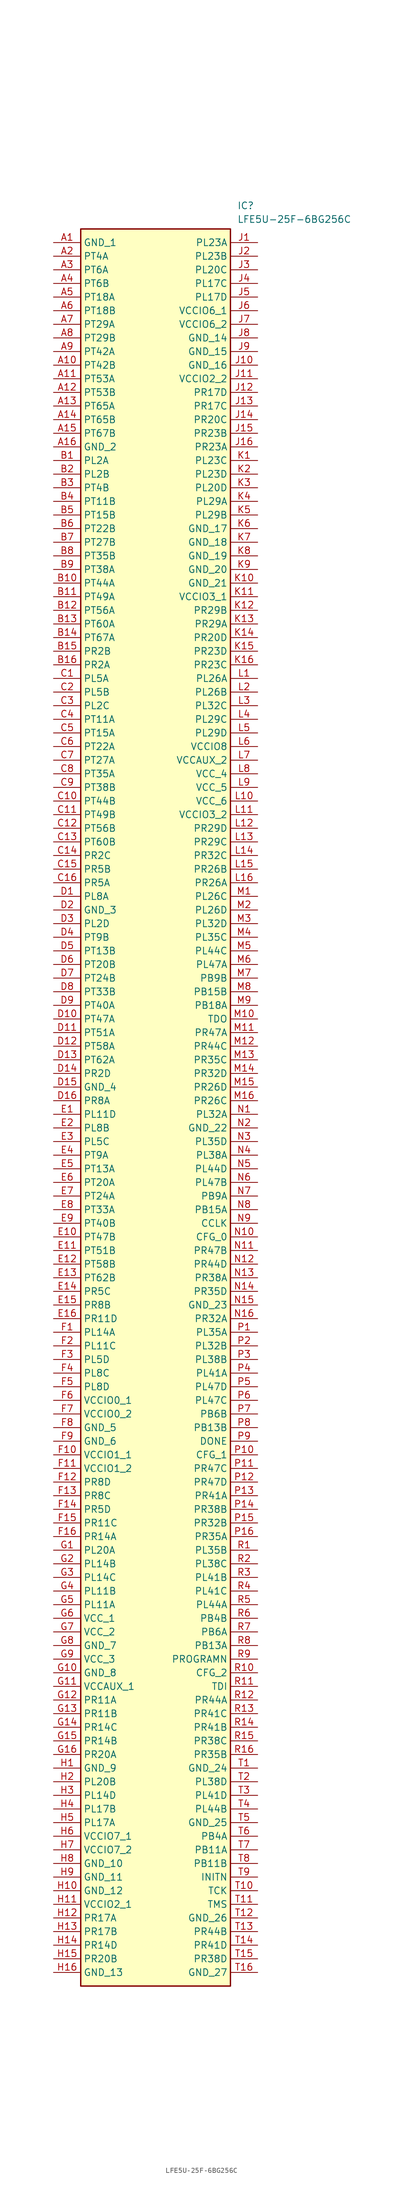
<source format=kicad_sym>
(kicad_symbol_lib
  (version 20211014)
  (generator SamacSys_ECAD_Model)
  (symbol "LFE5U-25F-6BG256C"
    (property "Reference" "IC"
      (at 34.29 7.62 0)
      (effects (font (size 1.27 1.27)) (justify left top)))
    (property "Value" "LFE5U-25F-6BG256C"
      (at 34.29 5.08 0)
      (effects (font (size 1.27 1.27)) (justify left top)))
    (rectangle
      (start 5.08 2.54)
      (end 33.02 -325.12)
      (stroke (width 0.254) (type default))
      (fill (type background)))
    (pin passive line
      (at 0 0 0)
      (length 5.08)
      (name "GND_1" (effects (font (size 1.27 1.27))))
      (number "A1" (effects (font (size 1.27 1.27)))))
    (pin passive line
      (at 0 -2.54 0)
      (length 5.08)
      (name "PT4A" (effects (font (size 1.27 1.27))))
      (number "A2" (effects (font (size 1.27 1.27)))))
    (pin passive line
      (at 0 -5.08 0)
      (length 5.08)
      (name "PT6A" (effects (font (size 1.27 1.27))))
      (number "A3" (effects (font (size 1.27 1.27)))))
    (pin passive line
      (at 0 -7.62 0)
      (length 5.08)
      (name "PT6B" (effects (font (size 1.27 1.27))))
      (number "A4" (effects (font (size 1.27 1.27)))))
    (pin passive line
      (at 0 -10.16 0)
      (length 5.08)
      (name "PT18A" (effects (font (size 1.27 1.27))))
      (number "A5" (effects (font (size 1.27 1.27)))))
    (pin passive line
      (at 0 -12.7 0)
      (length 5.08)
      (name "PT18B" (effects (font (size 1.27 1.27))))
      (number "A6" (effects (font (size 1.27 1.27)))))
    (pin passive line
      (at 0 -15.24 0)
      (length 5.08)
      (name "PT29A" (effects (font (size 1.27 1.27))))
      (number "A7" (effects (font (size 1.27 1.27)))))
    (pin passive line
      (at 0 -17.78 0)
      (length 5.08)
      (name "PT29B" (effects (font (size 1.27 1.27))))
      (number "A8" (effects (font (size 1.27 1.27)))))
    (pin passive line
      (at 0 -20.32 0)
      (length 5.08)
      (name "PT42A" (effects (font (size 1.27 1.27))))
      (number "A9" (effects (font (size 1.27 1.27)))))
    (pin passive line
      (at 0 -22.86 0)
      (length 5.08)
      (name "PT42B" (effects (font (size 1.27 1.27))))
      (number "A10" (effects (font (size 1.27 1.27)))))
    (pin passive line
      (at 0 -25.4 0)
      (length 5.08)
      (name "PT53A" (effects (font (size 1.27 1.27))))
      (number "A11" (effects (font (size 1.27 1.27)))))
    (pin passive line
      (at 0 -27.94 0)
      (length 5.08)
      (name "PT53B" (effects (font (size 1.27 1.27))))
      (number "A12" (effects (font (size 1.27 1.27)))))
    (pin passive line
      (at 0 -30.48 0)
      (length 5.08)
      (name "PT65A" (effects (font (size 1.27 1.27))))
      (number "A13" (effects (font (size 1.27 1.27)))))
    (pin passive line
      (at 0 -33.02 0)
      (length 5.08)
      (name "PT65B" (effects (font (size 1.27 1.27))))
      (number "A14" (effects (font (size 1.27 1.27)))))
    (pin passive line
      (at 0 -35.56 0)
      (length 5.08)
      (name "PT67B" (effects (font (size 1.27 1.27))))
      (number "A15" (effects (font (size 1.27 1.27)))))
    (pin passive line
      (at 0 -38.1 0)
      (length 5.08)
      (name "GND_2" (effects (font (size 1.27 1.27))))
      (number "A16" (effects (font (size 1.27 1.27)))))
    (pin passive line
      (at 0 -40.64 0)
      (length 5.08)
      (name "PL2A" (effects (font (size 1.27 1.27))))
      (number "B1" (effects (font (size 1.27 1.27)))))
    (pin passive line
      (at 0 -43.18 0)
      (length 5.08)
      (name "PL2B" (effects (font (size 1.27 1.27))))
      (number "B2" (effects (font (size 1.27 1.27)))))
    (pin passive line
      (at 0 -45.72 0)
      (length 5.08)
      (name "PT4B" (effects (font (size 1.27 1.27))))
      (number "B3" (effects (font (size 1.27 1.27)))))
    (pin passive line
      (at 0 -48.26 0)
      (length 5.08)
      (name "PT11B" (effects (font (size 1.27 1.27))))
      (number "B4" (effects (font (size 1.27 1.27)))))
    (pin passive line
      (at 0 -50.8 0)
      (length 5.08)
      (name "PT15B" (effects (font (size 1.27 1.27))))
      (number "B5" (effects (font (size 1.27 1.27)))))
    (pin passive line
      (at 0 -53.34 0)
      (length 5.08)
      (name "PT22B" (effects (font (size 1.27 1.27))))
      (number "B6" (effects (font (size 1.27 1.27)))))
    (pin passive line
      (at 0 -55.88 0)
      (length 5.08)
      (name "PT27B" (effects (font (size 1.27 1.27))))
      (number "B7" (effects (font (size 1.27 1.27)))))
    (pin passive line
      (at 0 -58.42 0)
      (length 5.08)
      (name "PT35B" (effects (font (size 1.27 1.27))))
      (number "B8" (effects (font (size 1.27 1.27)))))
    (pin passive line
      (at 0 -60.96 0)
      (length 5.08)
      (name "PT38A" (effects (font (size 1.27 1.27))))
      (number "B9" (effects (font (size 1.27 1.27)))))
    (pin passive line
      (at 0 -63.5 0)
      (length 5.08)
      (name "PT44A" (effects (font (size 1.27 1.27))))
      (number "B10" (effects (font (size 1.27 1.27)))))
    (pin passive line
      (at 0 -66.04 0)
      (length 5.08)
      (name "PT49A" (effects (font (size 1.27 1.27))))
      (number "B11" (effects (font (size 1.27 1.27)))))
    (pin passive line
      (at 0 -68.58 0)
      (length 5.08)
      (name "PT56A" (effects (font (size 1.27 1.27))))
      (number "B12" (effects (font (size 1.27 1.27)))))
    (pin passive line
      (at 0 -71.12 0)
      (length 5.08)
      (name "PT60A" (effects (font (size 1.27 1.27))))
      (number "B13" (effects (font (size 1.27 1.27)))))
    (pin passive line
      (at 0 -73.66 0)
      (length 5.08)
      (name "PT67A" (effects (font (size 1.27 1.27))))
      (number "B14" (effects (font (size 1.27 1.27)))))
    (pin passive line
      (at 0 -76.2 0)
      (length 5.08)
      (name "PR2B" (effects (font (size 1.27 1.27))))
      (number "B15" (effects (font (size 1.27 1.27)))))
    (pin passive line
      (at 0 -78.74 0)
      (length 5.08)
      (name "PR2A" (effects (font (size 1.27 1.27))))
      (number "B16" (effects (font (size 1.27 1.27)))))
    (pin passive line
      (at 0 -81.28 0)
      (length 5.08)
      (name "PL5A" (effects (font (size 1.27 1.27))))
      (number "C1" (effects (font (size 1.27 1.27)))))
    (pin passive line
      (at 0 -83.82 0)
      (length 5.08)
      (name "PL5B" (effects (font (size 1.27 1.27))))
      (number "C2" (effects (font (size 1.27 1.27)))))
    (pin passive line
      (at 0 -86.36 0)
      (length 5.08)
      (name "PL2C" (effects (font (size 1.27 1.27))))
      (number "C3" (effects (font (size 1.27 1.27)))))
    (pin passive line
      (at 0 -88.9 0)
      (length 5.08)
      (name "PT11A" (effects (font (size 1.27 1.27))))
      (number "C4" (effects (font (size 1.27 1.27)))))
    (pin passive line
      (at 0 -91.44 0)
      (length 5.08)
      (name "PT15A" (effects (font (size 1.27 1.27))))
      (number "C5" (effects (font (size 1.27 1.27)))))
    (pin passive line
      (at 0 -93.98 0)
      (length 5.08)
      (name "PT22A" (effects (font (size 1.27 1.27))))
      (number "C6" (effects (font (size 1.27 1.27)))))
    (pin passive line
      (at 0 -96.52 0)
      (length 5.08)
      (name "PT27A" (effects (font (size 1.27 1.27))))
      (number "C7" (effects (font (size 1.27 1.27)))))
    (pin passive line
      (at 0 -99.06 0)
      (length 5.08)
      (name "PT35A" (effects (font (size 1.27 1.27))))
      (number "C8" (effects (font (size 1.27 1.27)))))
    (pin passive line
      (at 0 -101.6 0)
      (length 5.08)
      (name "PT38B" (effects (font (size 1.27 1.27))))
      (number "C9" (effects (font (size 1.27 1.27)))))
    (pin passive line
      (at 0 -104.14 0)
      (length 5.08)
      (name "PT44B" (effects (font (size 1.27 1.27))))
      (number "C10" (effects (font (size 1.27 1.27)))))
    (pin passive line
      (at 0 -106.68 0)
      (length 5.08)
      (name "PT49B" (effects (font (size 1.27 1.27))))
      (number "C11" (effects (font (size 1.27 1.27)))))
    (pin passive line
      (at 0 -109.22 0)
      (length 5.08)
      (name "PT56B" (effects (font (size 1.27 1.27))))
      (number "C12" (effects (font (size 1.27 1.27)))))
    (pin passive line
      (at 0 -111.76 0)
      (length 5.08)
      (name "PT60B" (effects (font (size 1.27 1.27))))
      (number "C13" (effects (font (size 1.27 1.27)))))
    (pin passive line
      (at 0 -114.3 0)
      (length 5.08)
      (name "PR2C" (effects (font (size 1.27 1.27))))
      (number "C14" (effects (font (size 1.27 1.27)))))
    (pin passive line
      (at 0 -116.84 0)
      (length 5.08)
      (name "PR5B" (effects (font (size 1.27 1.27))))
      (number "C15" (effects (font (size 1.27 1.27)))))
    (pin passive line
      (at 0 -119.38 0)
      (length 5.08)
      (name "PR5A" (effects (font (size 1.27 1.27))))
      (number "C16" (effects (font (size 1.27 1.27)))))
    (pin passive line
      (at 0 -121.92 0)
      (length 5.08)
      (name "PL8A" (effects (font (size 1.27 1.27))))
      (number "D1" (effects (font (size 1.27 1.27)))))
    (pin passive line
      (at 0 -124.46 0)
      (length 5.08)
      (name "GND_3" (effects (font (size 1.27 1.27))))
      (number "D2" (effects (font (size 1.27 1.27)))))
    (pin passive line
      (at 0 -127 0)
      (length 5.08)
      (name "PL2D" (effects (font (size 1.27 1.27))))
      (number "D3" (effects (font (size 1.27 1.27)))))
    (pin passive line
      (at 0 -129.54 0)
      (length 5.08)
      (name "PT9B" (effects (font (size 1.27 1.27))))
      (number "D4" (effects (font (size 1.27 1.27)))))
    (pin passive line
      (at 0 -132.08 0)
      (length 5.08)
      (name "PT13B" (effects (font (size 1.27 1.27))))
      (number "D5" (effects (font (size 1.27 1.27)))))
    (pin passive line
      (at 0 -134.62 0)
      (length 5.08)
      (name "PT20B" (effects (font (size 1.27 1.27))))
      (number "D6" (effects (font (size 1.27 1.27)))))
    (pin passive line
      (at 0 -137.16 0)
      (length 5.08)
      (name "PT24B" (effects (font (size 1.27 1.27))))
      (number "D7" (effects (font (size 1.27 1.27)))))
    (pin passive line
      (at 0 -139.7 0)
      (length 5.08)
      (name "PT33B" (effects (font (size 1.27 1.27))))
      (number "D8" (effects (font (size 1.27 1.27)))))
    (pin passive line
      (at 0 -142.24 0)
      (length 5.08)
      (name "PT40A" (effects (font (size 1.27 1.27))))
      (number "D9" (effects (font (size 1.27 1.27)))))
    (pin passive line
      (at 0 -144.78 0)
      (length 5.08)
      (name "PT47A" (effects (font (size 1.27 1.27))))
      (number "D10" (effects (font (size 1.27 1.27)))))
    (pin passive line
      (at 0 -147.32 0)
      (length 5.08)
      (name "PT51A" (effects (font (size 1.27 1.27))))
      (number "D11" (effects (font (size 1.27 1.27)))))
    (pin passive line
      (at 0 -149.86 0)
      (length 5.08)
      (name "PT58A" (effects (font (size 1.27 1.27))))
      (number "D12" (effects (font (size 1.27 1.27)))))
    (pin passive line
      (at 0 -152.4 0)
      (length 5.08)
      (name "PT62A" (effects (font (size 1.27 1.27))))
      (number "D13" (effects (font (size 1.27 1.27)))))
    (pin passive line
      (at 0 -154.94 0)
      (length 5.08)
      (name "PR2D" (effects (font (size 1.27 1.27))))
      (number "D14" (effects (font (size 1.27 1.27)))))
    (pin passive line
      (at 0 -157.48 0)
      (length 5.08)
      (name "GND_4" (effects (font (size 1.27 1.27))))
      (number "D15" (effects (font (size 1.27 1.27)))))
    (pin passive line
      (at 0 -160.02 0)
      (length 5.08)
      (name "PR8A" (effects (font (size 1.27 1.27))))
      (number "D16" (effects (font (size 1.27 1.27)))))
    (pin passive line
      (at 0 -162.56 0)
      (length 5.08)
      (name "PL11D" (effects (font (size 1.27 1.27))))
      (number "E1" (effects (font (size 1.27 1.27)))))
    (pin passive line
      (at 0 -165.1 0)
      (length 5.08)
      (name "PL8B" (effects (font (size 1.27 1.27))))
      (number "E2" (effects (font (size 1.27 1.27)))))
    (pin passive line
      (at 0 -167.64 0)
      (length 5.08)
      (name "PL5C" (effects (font (size 1.27 1.27))))
      (number "E3" (effects (font (size 1.27 1.27)))))
    (pin passive line
      (at 0 -170.18 0)
      (length 5.08)
      (name "PT9A" (effects (font (size 1.27 1.27))))
      (number "E4" (effects (font (size 1.27 1.27)))))
    (pin passive line
      (at 0 -172.72 0)
      (length 5.08)
      (name "PT13A" (effects (font (size 1.27 1.27))))
      (number "E5" (effects (font (size 1.27 1.27)))))
    (pin passive line
      (at 0 -175.26 0)
      (length 5.08)
      (name "PT20A" (effects (font (size 1.27 1.27))))
      (number "E6" (effects (font (size 1.27 1.27)))))
    (pin passive line
      (at 0 -177.8 0)
      (length 5.08)
      (name "PT24A" (effects (font (size 1.27 1.27))))
      (number "E7" (effects (font (size 1.27 1.27)))))
    (pin passive line
      (at 0 -180.34 0)
      (length 5.08)
      (name "PT33A" (effects (font (size 1.27 1.27))))
      (number "E8" (effects (font (size 1.27 1.27)))))
    (pin passive line
      (at 0 -182.88 0)
      (length 5.08)
      (name "PT40B" (effects (font (size 1.27 1.27))))
      (number "E9" (effects (font (size 1.27 1.27)))))
    (pin passive line
      (at 0 -185.42 0)
      (length 5.08)
      (name "PT47B" (effects (font (size 1.27 1.27))))
      (number "E10" (effects (font (size 1.27 1.27)))))
    (pin passive line
      (at 0 -187.96 0)
      (length 5.08)
      (name "PT51B" (effects (font (size 1.27 1.27))))
      (number "E11" (effects (font (size 1.27 1.27)))))
    (pin passive line
      (at 0 -190.5 0)
      (length 5.08)
      (name "PT58B" (effects (font (size 1.27 1.27))))
      (number "E12" (effects (font (size 1.27 1.27)))))
    (pin passive line
      (at 0 -193.04 0)
      (length 5.08)
      (name "PT62B" (effects (font (size 1.27 1.27))))
      (number "E13" (effects (font (size 1.27 1.27)))))
    (pin passive line
      (at 0 -195.58 0)
      (length 5.08)
      (name "PR5C" (effects (font (size 1.27 1.27))))
      (number "E14" (effects (font (size 1.27 1.27)))))
    (pin passive line
      (at 0 -198.12 0)
      (length 5.08)
      (name "PR8B" (effects (font (size 1.27 1.27))))
      (number "E15" (effects (font (size 1.27 1.27)))))
    (pin passive line
      (at 0 -200.66 0)
      (length 5.08)
      (name "PR11D" (effects (font (size 1.27 1.27))))
      (number "E16" (effects (font (size 1.27 1.27)))))
    (pin passive line
      (at 0 -203.2 0)
      (length 5.08)
      (name "PL14A" (effects (font (size 1.27 1.27))))
      (number "F1" (effects (font (size 1.27 1.27)))))
    (pin passive line
      (at 0 -205.74 0)
      (length 5.08)
      (name "PL11C" (effects (font (size 1.27 1.27))))
      (number "F2" (effects (font (size 1.27 1.27)))))
    (pin passive line
      (at 0 -208.28 0)
      (length 5.08)
      (name "PL5D" (effects (font (size 1.27 1.27))))
      (number "F3" (effects (font (size 1.27 1.27)))))
    (pin passive line
      (at 0 -210.82 0)
      (length 5.08)
      (name "PL8C" (effects (font (size 1.27 1.27))))
      (number "F4" (effects (font (size 1.27 1.27)))))
    (pin passive line
      (at 0 -213.36 0)
      (length 5.08)
      (name "PL8D" (effects (font (size 1.27 1.27))))
      (number "F5" (effects (font (size 1.27 1.27)))))
    (pin passive line
      (at 0 -215.9 0)
      (length 5.08)
      (name "VCCIO0_1" (effects (font (size 1.27 1.27))))
      (number "F6" (effects (font (size 1.27 1.27)))))
    (pin passive line
      (at 0 -218.44 0)
      (length 5.08)
      (name "VCCIO0_2" (effects (font (size 1.27 1.27))))
      (number "F7" (effects (font (size 1.27 1.27)))))
    (pin passive line
      (at 0 -220.98 0)
      (length 5.08)
      (name "GND_5" (effects (font (size 1.27 1.27))))
      (number "F8" (effects (font (size 1.27 1.27)))))
    (pin passive line
      (at 0 -223.52 0)
      (length 5.08)
      (name "GND_6" (effects (font (size 1.27 1.27))))
      (number "F9" (effects (font (size 1.27 1.27)))))
    (pin passive line
      (at 0 -226.06 0)
      (length 5.08)
      (name "VCCIO1_1" (effects (font (size 1.27 1.27))))
      (number "F10" (effects (font (size 1.27 1.27)))))
    (pin passive line
      (at 0 -228.6 0)
      (length 5.08)
      (name "VCCIO1_2" (effects (font (size 1.27 1.27))))
      (number "F11" (effects (font (size 1.27 1.27)))))
    (pin passive line
      (at 0 -231.14 0)
      (length 5.08)
      (name "PR8D" (effects (font (size 1.27 1.27))))
      (number "F12" (effects (font (size 1.27 1.27)))))
    (pin passive line
      (at 0 -233.68 0)
      (length 5.08)
      (name "PR8C" (effects (font (size 1.27 1.27))))
      (number "F13" (effects (font (size 1.27 1.27)))))
    (pin passive line
      (at 0 -236.22 0)
      (length 5.08)
      (name "PR5D" (effects (font (size 1.27 1.27))))
      (number "F14" (effects (font (size 1.27 1.27)))))
    (pin passive line
      (at 0 -238.76 0)
      (length 5.08)
      (name "PR11C" (effects (font (size 1.27 1.27))))
      (number "F15" (effects (font (size 1.27 1.27)))))
    (pin passive line
      (at 0 -241.3 0)
      (length 5.08)
      (name "PR14A" (effects (font (size 1.27 1.27))))
      (number "F16" (effects (font (size 1.27 1.27)))))
    (pin passive line
      (at 0 -243.84 0)
      (length 5.08)
      (name "PL20A" (effects (font (size 1.27 1.27))))
      (number "G1" (effects (font (size 1.27 1.27)))))
    (pin passive line
      (at 0 -246.38 0)
      (length 5.08)
      (name "PL14B" (effects (font (size 1.27 1.27))))
      (number "G2" (effects (font (size 1.27 1.27)))))
    (pin passive line
      (at 0 -248.92 0)
      (length 5.08)
      (name "PL14C" (effects (font (size 1.27 1.27))))
      (number "G3" (effects (font (size 1.27 1.27)))))
    (pin passive line
      (at 0 -251.46 0)
      (length 5.08)
      (name "PL11B" (effects (font (size 1.27 1.27))))
      (number "G4" (effects (font (size 1.27 1.27)))))
    (pin passive line
      (at 0 -254 0)
      (length 5.08)
      (name "PL11A" (effects (font (size 1.27 1.27))))
      (number "G5" (effects (font (size 1.27 1.27)))))
    (pin passive line
      (at 0 -256.54 0)
      (length 5.08)
      (name "VCC_1" (effects (font (size 1.27 1.27))))
      (number "G6" (effects (font (size 1.27 1.27)))))
    (pin passive line
      (at 0 -259.08 0)
      (length 5.08)
      (name "VCC_2" (effects (font (size 1.27 1.27))))
      (number "G7" (effects (font (size 1.27 1.27)))))
    (pin passive line
      (at 0 -261.62 0)
      (length 5.08)
      (name "GND_7" (effects (font (size 1.27 1.27))))
      (number "G8" (effects (font (size 1.27 1.27)))))
    (pin passive line
      (at 0 -264.16 0)
      (length 5.08)
      (name "VCC_3" (effects (font (size 1.27 1.27))))
      (number "G9" (effects (font (size 1.27 1.27)))))
    (pin passive line
      (at 0 -266.7 0)
      (length 5.08)
      (name "GND_8" (effects (font (size 1.27 1.27))))
      (number "G10" (effects (font (size 1.27 1.27)))))
    (pin passive line
      (at 0 -269.24 0)
      (length 5.08)
      (name "VCCAUX_1" (effects (font (size 1.27 1.27))))
      (number "G11" (effects (font (size 1.27 1.27)))))
    (pin passive line
      (at 0 -271.78 0)
      (length 5.08)
      (name "PR11A" (effects (font (size 1.27 1.27))))
      (number "G12" (effects (font (size 1.27 1.27)))))
    (pin passive line
      (at 0 -274.32 0)
      (length 5.08)
      (name "PR11B" (effects (font (size 1.27 1.27))))
      (number "G13" (effects (font (size 1.27 1.27)))))
    (pin passive line
      (at 0 -276.86 0)
      (length 5.08)
      (name "PR14C" (effects (font (size 1.27 1.27))))
      (number "G14" (effects (font (size 1.27 1.27)))))
    (pin passive line
      (at 0 -279.4 0)
      (length 5.08)
      (name "PR14B" (effects (font (size 1.27 1.27))))
      (number "G15" (effects (font (size 1.27 1.27)))))
    (pin passive line
      (at 0 -281.94 0)
      (length 5.08)
      (name "PR20A" (effects (font (size 1.27 1.27))))
      (number "G16" (effects (font (size 1.27 1.27)))))
    (pin passive line
      (at 0 -284.48 0)
      (length 5.08)
      (name "GND_9" (effects (font (size 1.27 1.27))))
      (number "H1" (effects (font (size 1.27 1.27)))))
    (pin passive line
      (at 0 -287.02 0)
      (length 5.08)
      (name "PL20B" (effects (font (size 1.27 1.27))))
      (number "H2" (effects (font (size 1.27 1.27)))))
    (pin passive line
      (at 0 -289.56 0)
      (length 5.08)
      (name "PL14D" (effects (font (size 1.27 1.27))))
      (number "H3" (effects (font (size 1.27 1.27)))))
    (pin passive line
      (at 0 -292.1 0)
      (length 5.08)
      (name "PL17B" (effects (font (size 1.27 1.27))))
      (number "H4" (effects (font (size 1.27 1.27)))))
    (pin passive line
      (at 0 -294.64 0)
      (length 5.08)
      (name "PL17A" (effects (font (size 1.27 1.27))))
      (number "H5" (effects (font (size 1.27 1.27)))))
    (pin passive line
      (at 0 -297.18 0)
      (length 5.08)
      (name "VCCIO7_1" (effects (font (size 1.27 1.27))))
      (number "H6" (effects (font (size 1.27 1.27)))))
    (pin passive line
      (at 0 -299.72 0)
      (length 5.08)
      (name "VCCIO7_2" (effects (font (size 1.27 1.27))))
      (number "H7" (effects (font (size 1.27 1.27)))))
    (pin passive line
      (at 0 -302.26 0)
      (length 5.08)
      (name "GND_10" (effects (font (size 1.27 1.27))))
      (number "H8" (effects (font (size 1.27 1.27)))))
    (pin passive line
      (at 0 -304.8 0)
      (length 5.08)
      (name "GND_11" (effects (font (size 1.27 1.27))))
      (number "H9" (effects (font (size 1.27 1.27)))))
    (pin passive line
      (at 0 -307.34 0)
      (length 5.08)
      (name "GND_12" (effects (font (size 1.27 1.27))))
      (number "H10" (effects (font (size 1.27 1.27)))))
    (pin passive line
      (at 0 -309.88 0)
      (length 5.08)
      (name "VCCIO2_1" (effects (font (size 1.27 1.27))))
      (number "H11" (effects (font (size 1.27 1.27)))))
    (pin passive line
      (at 0 -312.42 0)
      (length 5.08)
      (name "PR17A" (effects (font (size 1.27 1.27))))
      (number "H12" (effects (font (size 1.27 1.27)))))
    (pin passive line
      (at 0 -314.96 0)
      (length 5.08)
      (name "PR17B" (effects (font (size 1.27 1.27))))
      (number "H13" (effects (font (size 1.27 1.27)))))
    (pin passive line
      (at 0 -317.5 0)
      (length 5.08)
      (name "PR14D" (effects (font (size 1.27 1.27))))
      (number "H14" (effects (font (size 1.27 1.27)))))
    (pin passive line
      (at 0 -320.04 0)
      (length 5.08)
      (name "PR20B" (effects (font (size 1.27 1.27))))
      (number "H15" (effects (font (size 1.27 1.27)))))
    (pin passive line
      (at 0 -322.58 0)
      (length 5.08)
      (name "GND_13" (effects (font (size 1.27 1.27))))
      (number "H16" (effects (font (size 1.27 1.27)))))
    (pin passive line
      (at 38.1 0 180)
      (length 5.08)
      (name "PL23A" (effects (font (size 1.27 1.27))))
      (number "J1" (effects (font (size 1.27 1.27)))))
    (pin passive line
      (at 38.1 -2.54 180)
      (length 5.08)
      (name "PL23B" (effects (font (size 1.27 1.27))))
      (number "J2" (effects (font (size 1.27 1.27)))))
    (pin passive line
      (at 38.1 -5.08 180)
      (length 5.08)
      (name "PL20C" (effects (font (size 1.27 1.27))))
      (number "J3" (effects (font (size 1.27 1.27)))))
    (pin passive line
      (at 38.1 -7.62 180)
      (length 5.08)
      (name "PL17C" (effects (font (size 1.27 1.27))))
      (number "J4" (effects (font (size 1.27 1.27)))))
    (pin passive line
      (at 38.1 -10.16 180)
      (length 5.08)
      (name "PL17D" (effects (font (size 1.27 1.27))))
      (number "J5" (effects (font (size 1.27 1.27)))))
    (pin passive line
      (at 38.1 -12.7 180)
      (length 5.08)
      (name "VCCIO6_1" (effects (font (size 1.27 1.27))))
      (number "J6" (effects (font (size 1.27 1.27)))))
    (pin passive line
      (at 38.1 -15.24 180)
      (length 5.08)
      (name "VCCIO6_2" (effects (font (size 1.27 1.27))))
      (number "J7" (effects (font (size 1.27 1.27)))))
    (pin passive line
      (at 38.1 -17.78 180)
      (length 5.08)
      (name "GND_14" (effects (font (size 1.27 1.27))))
      (number "J8" (effects (font (size 1.27 1.27)))))
    (pin passive line
      (at 38.1 -20.32 180)
      (length 5.08)
      (name "GND_15" (effects (font (size 1.27 1.27))))
      (number "J9" (effects (font (size 1.27 1.27)))))
    (pin passive line
      (at 38.1 -22.86 180)
      (length 5.08)
      (name "GND_16" (effects (font (size 1.27 1.27))))
      (number "J10" (effects (font (size 1.27 1.27)))))
    (pin passive line
      (at 38.1 -25.4 180)
      (length 5.08)
      (name "VCCIO2_2" (effects (font (size 1.27 1.27))))
      (number "J11" (effects (font (size 1.27 1.27)))))
    (pin passive line
      (at 38.1 -27.94 180)
      (length 5.08)
      (name "PR17D" (effects (font (size 1.27 1.27))))
      (number "J12" (effects (font (size 1.27 1.27)))))
    (pin passive line
      (at 38.1 -30.48 180)
      (length 5.08)
      (name "PR17C" (effects (font (size 1.27 1.27))))
      (number "J13" (effects (font (size 1.27 1.27)))))
    (pin passive line
      (at 38.1 -33.02 180)
      (length 5.08)
      (name "PR20C" (effects (font (size 1.27 1.27))))
      (number "J14" (effects (font (size 1.27 1.27)))))
    (pin passive line
      (at 38.1 -35.56 180)
      (length 5.08)
      (name "PR23B" (effects (font (size 1.27 1.27))))
      (number "J15" (effects (font (size 1.27 1.27)))))
    (pin passive line
      (at 38.1 -38.1 180)
      (length 5.08)
      (name "PR23A" (effects (font (size 1.27 1.27))))
      (number "J16" (effects (font (size 1.27 1.27)))))
    (pin passive line
      (at 38.1 -40.64 180)
      (length 5.08)
      (name "PL23C" (effects (font (size 1.27 1.27))))
      (number "K1" (effects (font (size 1.27 1.27)))))
    (pin passive line
      (at 38.1 -43.18 180)
      (length 5.08)
      (name "PL23D" (effects (font (size 1.27 1.27))))
      (number "K2" (effects (font (size 1.27 1.27)))))
    (pin passive line
      (at 38.1 -45.72 180)
      (length 5.08)
      (name "PL20D" (effects (font (size 1.27 1.27))))
      (number "K3" (effects (font (size 1.27 1.27)))))
    (pin passive line
      (at 38.1 -48.26 180)
      (length 5.08)
      (name "PL29A" (effects (font (size 1.27 1.27))))
      (number "K4" (effects (font (size 1.27 1.27)))))
    (pin passive line
      (at 38.1 -50.8 180)
      (length 5.08)
      (name "PL29B" (effects (font (size 1.27 1.27))))
      (number "K5" (effects (font (size 1.27 1.27)))))
    (pin passive line
      (at 38.1 -53.34 180)
      (length 5.08)
      (name "GND_17" (effects (font (size 1.27 1.27))))
      (number "K6" (effects (font (size 1.27 1.27)))))
    (pin passive line
      (at 38.1 -55.88 180)
      (length 5.08)
      (name "GND_18" (effects (font (size 1.27 1.27))))
      (number "K7" (effects (font (size 1.27 1.27)))))
    (pin passive line
      (at 38.1 -58.42 180)
      (length 5.08)
      (name "GND_19" (effects (font (size 1.27 1.27))))
      (number "K8" (effects (font (size 1.27 1.27)))))
    (pin passive line
      (at 38.1 -60.96 180)
      (length 5.08)
      (name "GND_20" (effects (font (size 1.27 1.27))))
      (number "K9" (effects (font (size 1.27 1.27)))))
    (pin passive line
      (at 38.1 -63.5 180)
      (length 5.08)
      (name "GND_21" (effects (font (size 1.27 1.27))))
      (number "K10" (effects (font (size 1.27 1.27)))))
    (pin passive line
      (at 38.1 -66.04 180)
      (length 5.08)
      (name "VCCIO3_1" (effects (font (size 1.27 1.27))))
      (number "K11" (effects (font (size 1.27 1.27)))))
    (pin passive line
      (at 38.1 -68.58 180)
      (length 5.08)
      (name "PR29B" (effects (font (size 1.27 1.27))))
      (number "K12" (effects (font (size 1.27 1.27)))))
    (pin passive line
      (at 38.1 -71.12 180)
      (length 5.08)
      (name "PR29A" (effects (font (size 1.27 1.27))))
      (number "K13" (effects (font (size 1.27 1.27)))))
    (pin passive line
      (at 38.1 -73.66 180)
      (length 5.08)
      (name "PR20D" (effects (font (size 1.27 1.27))))
      (number "K14" (effects (font (size 1.27 1.27)))))
    (pin passive line
      (at 38.1 -76.2 180)
      (length 5.08)
      (name "PR23D" (effects (font (size 1.27 1.27))))
      (number "K15" (effects (font (size 1.27 1.27)))))
    (pin passive line
      (at 38.1 -78.74 180)
      (length 5.08)
      (name "PR23C" (effects (font (size 1.27 1.27))))
      (number "K16" (effects (font (size 1.27 1.27)))))
    (pin passive line
      (at 38.1 -81.28 180)
      (length 5.08)
      (name "PL26A" (effects (font (size 1.27 1.27))))
      (number "L1" (effects (font (size 1.27 1.27)))))
    (pin passive line
      (at 38.1 -83.82 180)
      (length 5.08)
      (name "PL26B" (effects (font (size 1.27 1.27))))
      (number "L2" (effects (font (size 1.27 1.27)))))
    (pin passive line
      (at 38.1 -86.36 180)
      (length 5.08)
      (name "PL32C" (effects (font (size 1.27 1.27))))
      (number "L3" (effects (font (size 1.27 1.27)))))
    (pin passive line
      (at 38.1 -88.9 180)
      (length 5.08)
      (name "PL29C" (effects (font (size 1.27 1.27))))
      (number "L4" (effects (font (size 1.27 1.27)))))
    (pin passive line
      (at 38.1 -91.44 180)
      (length 5.08)
      (name "PL29D" (effects (font (size 1.27 1.27))))
      (number "L5" (effects (font (size 1.27 1.27)))))
    (pin passive line
      (at 38.1 -93.98 180)
      (length 5.08)
      (name "VCCIO8" (effects (font (size 1.27 1.27))))
      (number "L6" (effects (font (size 1.27 1.27)))))
    (pin passive line
      (at 38.1 -96.52 180)
      (length 5.08)
      (name "VCCAUX_2" (effects (font (size 1.27 1.27))))
      (number "L7" (effects (font (size 1.27 1.27)))))
    (pin passive line
      (at 38.1 -99.06 180)
      (length 5.08)
      (name "VCC_4" (effects (font (size 1.27 1.27))))
      (number "L8" (effects (font (size 1.27 1.27)))))
    (pin passive line
      (at 38.1 -101.6 180)
      (length 5.08)
      (name "VCC_5" (effects (font (size 1.27 1.27))))
      (number "L9" (effects (font (size 1.27 1.27)))))
    (pin passive line
      (at 38.1 -104.14 180)
      (length 5.08)
      (name "VCC_6" (effects (font (size 1.27 1.27))))
      (number "L10" (effects (font (size 1.27 1.27)))))
    (pin passive line
      (at 38.1 -106.68 180)
      (length 5.08)
      (name "VCCIO3_2" (effects (font (size 1.27 1.27))))
      (number "L11" (effects (font (size 1.27 1.27)))))
    (pin passive line
      (at 38.1 -109.22 180)
      (length 5.08)
      (name "PR29D" (effects (font (size 1.27 1.27))))
      (number "L12" (effects (font (size 1.27 1.27)))))
    (pin passive line
      (at 38.1 -111.76 180)
      (length 5.08)
      (name "PR29C" (effects (font (size 1.27 1.27))))
      (number "L13" (effects (font (size 1.27 1.27)))))
    (pin passive line
      (at 38.1 -114.3 180)
      (length 5.08)
      (name "PR32C" (effects (font (size 1.27 1.27))))
      (number "L14" (effects (font (size 1.27 1.27)))))
    (pin passive line
      (at 38.1 -116.84 180)
      (length 5.08)
      (name "PR26B" (effects (font (size 1.27 1.27))))
      (number "L15" (effects (font (size 1.27 1.27)))))
    (pin passive line
      (at 38.1 -119.38 180)
      (length 5.08)
      (name "PR26A" (effects (font (size 1.27 1.27))))
      (number "L16" (effects (font (size 1.27 1.27)))))
    (pin passive line
      (at 38.1 -121.92 180)
      (length 5.08)
      (name "PL26C" (effects (font (size 1.27 1.27))))
      (number "M1" (effects (font (size 1.27 1.27)))))
    (pin passive line
      (at 38.1 -124.46 180)
      (length 5.08)
      (name "PL26D" (effects (font (size 1.27 1.27))))
      (number "M2" (effects (font (size 1.27 1.27)))))
    (pin passive line
      (at 38.1 -127 180)
      (length 5.08)
      (name "PL32D" (effects (font (size 1.27 1.27))))
      (number "M3" (effects (font (size 1.27 1.27)))))
    (pin passive line
      (at 38.1 -129.54 180)
      (length 5.08)
      (name "PL35C" (effects (font (size 1.27 1.27))))
      (number "M4" (effects (font (size 1.27 1.27)))))
    (pin passive line
      (at 38.1 -132.08 180)
      (length 5.08)
      (name "PL44C" (effects (font (size 1.27 1.27))))
      (number "M5" (effects (font (size 1.27 1.27)))))
    (pin passive line
      (at 38.1 -134.62 180)
      (length 5.08)
      (name "PL47A" (effects (font (size 1.27 1.27))))
      (number "M6" (effects (font (size 1.27 1.27)))))
    (pin passive line
      (at 38.1 -137.16 180)
      (length 5.08)
      (name "PB9B" (effects (font (size 1.27 1.27))))
      (number "M7" (effects (font (size 1.27 1.27)))))
    (pin passive line
      (at 38.1 -139.7 180)
      (length 5.08)
      (name "PB15B" (effects (font (size 1.27 1.27))))
      (number "M8" (effects (font (size 1.27 1.27)))))
    (pin passive line
      (at 38.1 -142.24 180)
      (length 5.08)
      (name "PB18A" (effects (font (size 1.27 1.27))))
      (number "M9" (effects (font (size 1.27 1.27)))))
    (pin passive line
      (at 38.1 -144.78 180)
      (length 5.08)
      (name "TDO" (effects (font (size 1.27 1.27))))
      (number "M10" (effects (font (size 1.27 1.27)))))
    (pin passive line
      (at 38.1 -147.32 180)
      (length 5.08)
      (name "PR47A" (effects (font (size 1.27 1.27))))
      (number "M11" (effects (font (size 1.27 1.27)))))
    (pin passive line
      (at 38.1 -149.86 180)
      (length 5.08)
      (name "PR44C" (effects (font (size 1.27 1.27))))
      (number "M12" (effects (font (size 1.27 1.27)))))
    (pin passive line
      (at 38.1 -152.4 180)
      (length 5.08)
      (name "PR35C" (effects (font (size 1.27 1.27))))
      (number "M13" (effects (font (size 1.27 1.27)))))
    (pin passive line
      (at 38.1 -154.94 180)
      (length 5.08)
      (name "PR32D" (effects (font (size 1.27 1.27))))
      (number "M14" (effects (font (size 1.27 1.27)))))
    (pin passive line
      (at 38.1 -157.48 180)
      (length 5.08)
      (name "PR26D" (effects (font (size 1.27 1.27))))
      (number "M15" (effects (font (size 1.27 1.27)))))
    (pin passive line
      (at 38.1 -160.02 180)
      (length 5.08)
      (name "PR26C" (effects (font (size 1.27 1.27))))
      (number "M16" (effects (font (size 1.27 1.27)))))
    (pin passive line
      (at 38.1 -162.56 180)
      (length 5.08)
      (name "PL32A" (effects (font (size 1.27 1.27))))
      (number "N1" (effects (font (size 1.27 1.27)))))
    (pin passive line
      (at 38.1 -165.1 180)
      (length 5.08)
      (name "GND_22" (effects (font (size 1.27 1.27))))
      (number "N2" (effects (font (size 1.27 1.27)))))
    (pin passive line
      (at 38.1 -167.64 180)
      (length 5.08)
      (name "PL35D" (effects (font (size 1.27 1.27))))
      (number "N3" (effects (font (size 1.27 1.27)))))
    (pin passive line
      (at 38.1 -170.18 180)
      (length 5.08)
      (name "PL38A" (effects (font (size 1.27 1.27))))
      (number "N4" (effects (font (size 1.27 1.27)))))
    (pin passive line
      (at 38.1 -172.72 180)
      (length 5.08)
      (name "PL44D" (effects (font (size 1.27 1.27))))
      (number "N5" (effects (font (size 1.27 1.27)))))
    (pin passive line
      (at 38.1 -175.26 180)
      (length 5.08)
      (name "PL47B" (effects (font (size 1.27 1.27))))
      (number "N6" (effects (font (size 1.27 1.27)))))
    (pin passive line
      (at 38.1 -177.8 180)
      (length 5.08)
      (name "PB9A" (effects (font (size 1.27 1.27))))
      (number "N7" (effects (font (size 1.27 1.27)))))
    (pin passive line
      (at 38.1 -180.34 180)
      (length 5.08)
      (name "PB15A" (effects (font (size 1.27 1.27))))
      (number "N8" (effects (font (size 1.27 1.27)))))
    (pin passive line
      (at 38.1 -182.88 180)
      (length 5.08)
      (name "CCLK" (effects (font (size 1.27 1.27))))
      (number "N9" (effects (font (size 1.27 1.27)))))
    (pin passive line
      (at 38.1 -185.42 180)
      (length 5.08)
      (name "CFG_0" (effects (font (size 1.27 1.27))))
      (number "N10" (effects (font (size 1.27 1.27)))))
    (pin passive line
      (at 38.1 -187.96 180)
      (length 5.08)
      (name "PR47B" (effects (font (size 1.27 1.27))))
      (number "N11" (effects (font (size 1.27 1.27)))))
    (pin passive line
      (at 38.1 -190.5 180)
      (length 5.08)
      (name "PR44D" (effects (font (size 1.27 1.27))))
      (number "N12" (effects (font (size 1.27 1.27)))))
    (pin passive line
      (at 38.1 -193.04 180)
      (length 5.08)
      (name "PR38A" (effects (font (size 1.27 1.27))))
      (number "N13" (effects (font (size 1.27 1.27)))))
    (pin passive line
      (at 38.1 -195.58 180)
      (length 5.08)
      (name "PR35D" (effects (font (size 1.27 1.27))))
      (number "N14" (effects (font (size 1.27 1.27)))))
    (pin passive line
      (at 38.1 -198.12 180)
      (length 5.08)
      (name "GND_23" (effects (font (size 1.27 1.27))))
      (number "N15" (effects (font (size 1.27 1.27)))))
    (pin passive line
      (at 38.1 -200.66 180)
      (length 5.08)
      (name "PR32A" (effects (font (size 1.27 1.27))))
      (number "N16" (effects (font (size 1.27 1.27)))))
    (pin passive line
      (at 38.1 -203.2 180)
      (length 5.08)
      (name "PL35A" (effects (font (size 1.27 1.27))))
      (number "P1" (effects (font (size 1.27 1.27)))))
    (pin passive line
      (at 38.1 -205.74 180)
      (length 5.08)
      (name "PL32B" (effects (font (size 1.27 1.27))))
      (number "P2" (effects (font (size 1.27 1.27)))))
    (pin passive line
      (at 38.1 -208.28 180)
      (length 5.08)
      (name "PL38B" (effects (font (size 1.27 1.27))))
      (number "P3" (effects (font (size 1.27 1.27)))))
    (pin passive line
      (at 38.1 -210.82 180)
      (length 5.08)
      (name "PL41A" (effects (font (size 1.27 1.27))))
      (number "P4" (effects (font (size 1.27 1.27)))))
    (pin passive line
      (at 38.1 -213.36 180)
      (length 5.08)
      (name "PL47D" (effects (font (size 1.27 1.27))))
      (number "P5" (effects (font (size 1.27 1.27)))))
    (pin passive line
      (at 38.1 -215.9 180)
      (length 5.08)
      (name "PL47C" (effects (font (size 1.27 1.27))))
      (number "P6" (effects (font (size 1.27 1.27)))))
    (pin passive line
      (at 38.1 -218.44 180)
      (length 5.08)
      (name "PB6B" (effects (font (size 1.27 1.27))))
      (number "P7" (effects (font (size 1.27 1.27)))))
    (pin passive line
      (at 38.1 -220.98 180)
      (length 5.08)
      (name "PB13B" (effects (font (size 1.27 1.27))))
      (number "P8" (effects (font (size 1.27 1.27)))))
    (pin passive line
      (at 38.1 -223.52 180)
      (length 5.08)
      (name "DONE" (effects (font (size 1.27 1.27))))
      (number "P9" (effects (font (size 1.27 1.27)))))
    (pin passive line
      (at 38.1 -226.06 180)
      (length 5.08)
      (name "CFG_1" (effects (font (size 1.27 1.27))))
      (number "P10" (effects (font (size 1.27 1.27)))))
    (pin passive line
      (at 38.1 -228.6 180)
      (length 5.08)
      (name "PR47C" (effects (font (size 1.27 1.27))))
      (number "P11" (effects (font (size 1.27 1.27)))))
    (pin passive line
      (at 38.1 -231.14 180)
      (length 5.08)
      (name "PR47D" (effects (font (size 1.27 1.27))))
      (number "P12" (effects (font (size 1.27 1.27)))))
    (pin passive line
      (at 38.1 -233.68 180)
      (length 5.08)
      (name "PR41A" (effects (font (size 1.27 1.27))))
      (number "P13" (effects (font (size 1.27 1.27)))))
    (pin passive line
      (at 38.1 -236.22 180)
      (length 5.08)
      (name "PR38B" (effects (font (size 1.27 1.27))))
      (number "P14" (effects (font (size 1.27 1.27)))))
    (pin passive line
      (at 38.1 -238.76 180)
      (length 5.08)
      (name "PR32B" (effects (font (size 1.27 1.27))))
      (number "P15" (effects (font (size 1.27 1.27)))))
    (pin passive line
      (at 38.1 -241.3 180)
      (length 5.08)
      (name "PR35A" (effects (font (size 1.27 1.27))))
      (number "P16" (effects (font (size 1.27 1.27)))))
    (pin passive line
      (at 38.1 -243.84 180)
      (length 5.08)
      (name "PL35B" (effects (font (size 1.27 1.27))))
      (number "R1" (effects (font (size 1.27 1.27)))))
    (pin passive line
      (at 38.1 -246.38 180)
      (length 5.08)
      (name "PL38C" (effects (font (size 1.27 1.27))))
      (number "R2" (effects (font (size 1.27 1.27)))))
    (pin passive line
      (at 38.1 -248.92 180)
      (length 5.08)
      (name "PL41B" (effects (font (size 1.27 1.27))))
      (number "R3" (effects (font (size 1.27 1.27)))))
    (pin passive line
      (at 38.1 -251.46 180)
      (length 5.08)
      (name "PL41C" (effects (font (size 1.27 1.27))))
      (number "R4" (effects (font (size 1.27 1.27)))))
    (pin passive line
      (at 38.1 -254 180)
      (length 5.08)
      (name "PL44A" (effects (font (size 1.27 1.27))))
      (number "R5" (effects (font (size 1.27 1.27)))))
    (pin passive line
      (at 38.1 -256.54 180)
      (length 5.08)
      (name "PB4B" (effects (font (size 1.27 1.27))))
      (number "R6" (effects (font (size 1.27 1.27)))))
    (pin passive line
      (at 38.1 -259.08 180)
      (length 5.08)
      (name "PB6A" (effects (font (size 1.27 1.27))))
      (number "R7" (effects (font (size 1.27 1.27)))))
    (pin passive line
      (at 38.1 -261.62 180)
      (length 5.08)
      (name "PB13A" (effects (font (size 1.27 1.27))))
      (number "R8" (effects (font (size 1.27 1.27)))))
    (pin passive line
      (at 38.1 -264.16 180)
      (length 5.08)
      (name "PROGRAMN" (effects (font (size 1.27 1.27))))
      (number "R9" (effects (font (size 1.27 1.27)))))
    (pin passive line
      (at 38.1 -266.7 180)
      (length 5.08)
      (name "CFG_2" (effects (font (size 1.27 1.27))))
      (number "R10" (effects (font (size 1.27 1.27)))))
    (pin passive line
      (at 38.1 -269.24 180)
      (length 5.08)
      (name "TDI" (effects (font (size 1.27 1.27))))
      (number "R11" (effects (font (size 1.27 1.27)))))
    (pin passive line
      (at 38.1 -271.78 180)
      (length 5.08)
      (name "PR44A" (effects (font (size 1.27 1.27))))
      (number "R12" (effects (font (size 1.27 1.27)))))
    (pin passive line
      (at 38.1 -274.32 180)
      (length 5.08)
      (name "PR41C" (effects (font (size 1.27 1.27))))
      (number "R13" (effects (font (size 1.27 1.27)))))
    (pin passive line
      (at 38.1 -276.86 180)
      (length 5.08)
      (name "PR41B" (effects (font (size 1.27 1.27))))
      (number "R14" (effects (font (size 1.27 1.27)))))
    (pin passive line
      (at 38.1 -279.4 180)
      (length 5.08)
      (name "PR38C" (effects (font (size 1.27 1.27))))
      (number "R15" (effects (font (size 1.27 1.27)))))
    (pin passive line
      (at 38.1 -281.94 180)
      (length 5.08)
      (name "PR35B" (effects (font (size 1.27 1.27))))
      (number "R16" (effects (font (size 1.27 1.27)))))
    (pin passive line
      (at 38.1 -284.48 180)
      (length 5.08)
      (name "GND_24" (effects (font (size 1.27 1.27))))
      (number "T1" (effects (font (size 1.27 1.27)))))
    (pin passive line
      (at 38.1 -287.02 180)
      (length 5.08)
      (name "PL38D" (effects (font (size 1.27 1.27))))
      (number "T2" (effects (font (size 1.27 1.27)))))
    (pin passive line
      (at 38.1 -289.56 180)
      (length 5.08)
      (name "PL41D" (effects (font (size 1.27 1.27))))
      (number "T3" (effects (font (size 1.27 1.27)))))
    (pin passive line
      (at 38.1 -292.1 180)
      (length 5.08)
      (name "PL44B" (effects (font (size 1.27 1.27))))
      (number "T4" (effects (font (size 1.27 1.27)))))
    (pin passive line
      (at 38.1 -294.64 180)
      (length 5.08)
      (name "GND_25" (effects (font (size 1.27 1.27))))
      (number "T5" (effects (font (size 1.27 1.27)))))
    (pin passive line
      (at 38.1 -297.18 180)
      (length 5.08)
      (name "PB4A" (effects (font (size 1.27 1.27))))
      (number "T6" (effects (font (size 1.27 1.27)))))
    (pin passive line
      (at 38.1 -299.72 180)
      (length 5.08)
      (name "PB11A" (effects (font (size 1.27 1.27))))
      (number "T7" (effects (font (size 1.27 1.27)))))
    (pin passive line
      (at 38.1 -302.26 180)
      (length 5.08)
      (name "PB11B" (effects (font (size 1.27 1.27))))
      (number "T8" (effects (font (size 1.27 1.27)))))
    (pin passive line
      (at 38.1 -304.8 180)
      (length 5.08)
      (name "INITN" (effects (font (size 1.27 1.27))))
      (number "T9" (effects (font (size 1.27 1.27)))))
    (pin passive line
      (at 38.1 -307.34 180)
      (length 5.08)
      (name "TCK" (effects (font (size 1.27 1.27))))
      (number "T10" (effects (font (size 1.27 1.27)))))
    (pin passive line
      (at 38.1 -309.88 180)
      (length 5.08)
      (name "TMS" (effects (font (size 1.27 1.27))))
      (number "T11" (effects (font (size 1.27 1.27)))))
    (pin passive line
      (at 38.1 -312.42 180)
      (length 5.08)
      (name "GND_26" (effects (font (size 1.27 1.27))))
      (number "T12" (effects (font (size 1.27 1.27)))))
    (pin passive line
      (at 38.1 -314.96 180)
      (length 5.08)
      (name "PR44B" (effects (font (size 1.27 1.27))))
      (number "T13" (effects (font (size 1.27 1.27)))))
    (pin passive line
      (at 38.1 -317.5 180)
      (length 5.08)
      (name "PR41D" (effects (font (size 1.27 1.27))))
      (number "T14" (effects (font (size 1.27 1.27)))))
    (pin passive line
      (at 38.1 -320.04 180)
      (length 5.08)
      (name "PR38D" (effects (font (size 1.27 1.27))))
      (number "T15" (effects (font (size 1.27 1.27)))))
    (pin passive line
      (at 38.1 -322.58 180)
      (length 5.08)
      (name "GND_27" (effects (font (size 1.27 1.27))))
      (number "T16" (effects (font (size 1.27 1.27)))))))
</source>
